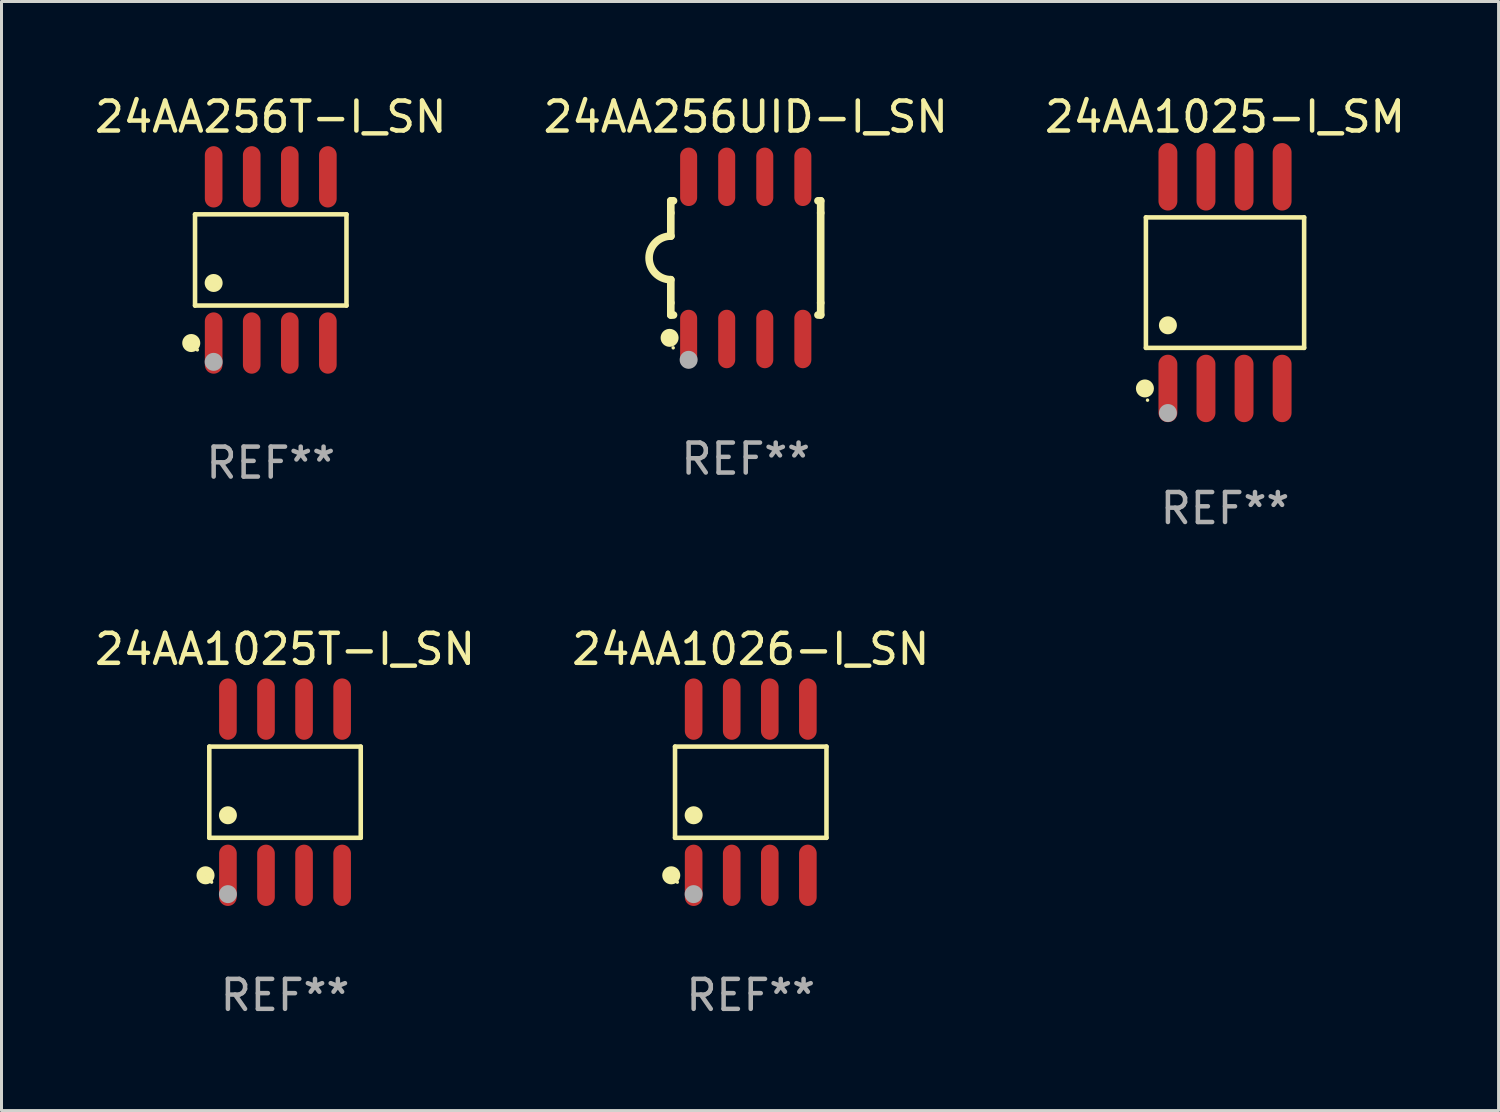
<source format=kicad_pcb>
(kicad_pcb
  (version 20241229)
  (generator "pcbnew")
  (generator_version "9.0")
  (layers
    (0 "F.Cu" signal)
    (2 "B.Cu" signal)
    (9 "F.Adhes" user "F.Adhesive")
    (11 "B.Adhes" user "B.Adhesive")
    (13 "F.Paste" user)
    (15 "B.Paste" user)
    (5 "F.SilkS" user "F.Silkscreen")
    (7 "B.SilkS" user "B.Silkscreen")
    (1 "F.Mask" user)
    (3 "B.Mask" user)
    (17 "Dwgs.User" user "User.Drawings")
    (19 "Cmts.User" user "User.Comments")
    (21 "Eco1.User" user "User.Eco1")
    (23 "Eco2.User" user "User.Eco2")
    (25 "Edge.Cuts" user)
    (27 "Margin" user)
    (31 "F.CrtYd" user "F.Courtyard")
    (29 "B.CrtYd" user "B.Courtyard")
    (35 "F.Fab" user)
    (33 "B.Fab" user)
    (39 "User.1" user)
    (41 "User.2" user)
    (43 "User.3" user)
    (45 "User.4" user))
  (footprint "24AA1025-I_SM"
    (layer "F.Cu")
    (at 37.815 6.378)
    (property "Reference" "24AA1025-I_SM" (at 0 -5.53 0) (layer "F.SilkS") (effects (font (size 1 1) (thickness 0.15))))
    (attr through_hole)
    (fp_line (start -2.639 -2.176) (end 2.639 -2.176) (stroke (width 0.152) (type solid)) (layer "F.SilkS"))
    (fp_line (start -2.639 2.176) (end -2.639 -2.176) (stroke (width 0.152) (type solid)) (layer "F.SilkS"))
    (fp_line (start 2.639 -2.176) (end 2.639 2.176) (stroke (width 0.152) (type solid)) (layer "F.SilkS"))
    (fp_line (start 2.639 2.176) (end -2.639 2.176) (stroke (width 0.152) (type solid)) (layer "F.SilkS"))
    (fp_circle (center -2.672 3.53) (end -2.522 3.53) (stroke (width 0.3) (type solid)) (fill no) (layer "F.SilkS"))
    (fp_circle (center -2.585 3.92) (end -2.555 3.92) (stroke (width 0.06) (type solid)) (fill no) (layer "F.SilkS"))
    (fp_circle (center -1.905 1.424) (end -1.755 1.424) (stroke (width 0.3) (type solid)) (fill no) (layer "F.SilkS"))
    (fp_circle (center -1.905 4.35) (end -1.755 4.35) (stroke (width 0.3) (type solid)) (fill no) (layer "F.Fab"))
    (fp_text user "REF**" (at 0 7.53 0) (layer "F.Fab") (effects (font (size 1 1) (thickness 0.15))))
    (pad "1" smd oval (at -1.905 3.53) (size 0.63 2.25) (layers "F.Cu" "F.Mask" "F.Paste"))
    (pad "2" smd oval (at -0.635 3.53) (size 0.63 2.25) (layers "F.Cu" "F.Mask" "F.Paste"))
    (pad "3" smd oval (at 0.635 3.53) (size 0.63 2.25) (layers "F.Cu" "F.Mask" "F.Paste"))
    (pad "4" smd oval (at 1.905 3.53) (size 0.63 2.25) (layers "F.Cu" "F.Mask" "F.Paste"))
    (pad "5" smd oval (at 1.905 -3.53) (size 0.63 2.25) (layers "F.Cu" "F.Mask" "F.Paste"))
    (pad "6" smd oval (at 0.635 -3.53) (size 0.63 2.25) (layers "F.Cu" "F.Mask" "F.Paste"))
    (pad "7" smd oval (at -0.635 -3.53) (size 0.63 2.25) (layers "F.Cu" "F.Mask" "F.Paste"))
    (pad "8" smd oval (at -1.905 -3.53) (size 0.63 2.25) (layers "F.Cu" "F.Mask" "F.Paste")))
  (footprint "24AA1025T-I_SN"
    (layer "F.Cu")
    (at 6.458 23.377)
    (property "Reference" "24AA1025T-I_SN" (at 0 -4.772 0) (layer "F.SilkS") (effects (font (size 1 1) (thickness 0.15))))
    (attr through_hole)
    (fp_line (start -2.526 -1.521) (end 2.526 -1.521) (stroke (width 0.152) (type solid)) (layer "F.SilkS"))
    (fp_line (start -2.526 1.521) (end -2.526 -1.521) (stroke (width 0.152) (type solid)) (layer "F.SilkS"))
    (fp_line (start 2.526 -1.521) (end 2.526 1.521) (stroke (width 0.152) (type solid)) (layer "F.SilkS"))
    (fp_line (start 2.526 1.521) (end -2.526 1.521) (stroke (width 0.152) (type solid)) (layer "F.SilkS"))
    (fp_circle (center -2.652 2.772) (end -2.501 2.772) (stroke (width 0.3) (type solid)) (fill no) (layer "F.SilkS"))
    (fp_circle (center -2.45 3) (end -2.42 3) (stroke (width 0.06) (type solid)) (fill no) (layer "F.SilkS"))
    (fp_circle (center -1.905 0.769) (end -1.755 0.769) (stroke (width 0.3) (type solid)) (fill no) (layer "F.SilkS"))
    (fp_circle (center -1.905 3.4) (end -1.755 3.4) (stroke (width 0.3) (type solid)) (fill no) (layer "F.Fab"))
    (fp_text user "REF**" (at 0 6.772 0) (layer "F.Fab") (effects (font (size 1 1) (thickness 0.15))))
    (pad "1" smd oval (at -1.905 2.772) (size 0.588 2.045) (layers "F.Cu" "F.Mask" "F.Paste"))
    (pad "2" smd oval (at -0.635 2.772) (size 0.588 2.045) (layers "F.Cu" "F.Mask" "F.Paste"))
    (pad "3" smd oval (at 0.635 2.772) (size 0.588 2.045) (layers "F.Cu" "F.Mask" "F.Paste"))
    (pad "4" smd oval (at 1.905 2.772) (size 0.588 2.045) (layers "F.Cu" "F.Mask" "F.Paste"))
    (pad "5" smd oval (at 1.905 -2.772) (size 0.588 2.045) (layers "F.Cu" "F.Mask" "F.Paste"))
    (pad "6" smd oval (at 0.635 -2.772) (size 0.588 2.045) (layers "F.Cu" "F.Mask" "F.Paste"))
    (pad "7" smd oval (at -0.635 -2.772) (size 0.588 2.045) (layers "F.Cu" "F.Mask" "F.Paste"))
    (pad "8" smd oval (at -1.905 -2.772) (size 0.588 2.045) (layers "F.Cu" "F.Mask" "F.Paste")))
  (footprint "24AA256T-I_SN"
    (layer "F.Cu")
    (at 5.982 5.621)
    (property "Reference" "24AA256T-I_SN" (at 0 -4.772 0) (layer "F.SilkS") (effects (font (size 1 1) (thickness 0.15))))
    (attr through_hole)
    (fp_line (start -2.526 -1.521) (end 2.526 -1.521) (stroke (width 0.152) (type solid)) (layer "F.SilkS"))
    (fp_line (start -2.526 1.521) (end -2.526 -1.521) (stroke (width 0.152) (type solid)) (layer "F.SilkS"))
    (fp_line (start 2.526 -1.521) (end 2.526 1.521) (stroke (width 0.152) (type solid)) (layer "F.SilkS"))
    (fp_line (start 2.526 1.521) (end -2.526 1.521) (stroke (width 0.152) (type solid)) (layer "F.SilkS"))
    (fp_circle (center -2.652 2.772) (end -2.501 2.772) (stroke (width 0.3) (type solid)) (fill no) (layer "F.SilkS"))
    (fp_circle (center -2.45 3) (end -2.42 3) (stroke (width 0.06) (type solid)) (fill no) (layer "F.SilkS"))
    (fp_circle (center -1.905 0.769) (end -1.755 0.769) (stroke (width 0.3) (type solid)) (fill no) (layer "F.SilkS"))
    (fp_circle (center -1.905 3.4) (end -1.755 3.4) (stroke (width 0.3) (type solid)) (fill no) (layer "F.Fab"))
    (fp_text user "REF**" (at 0 6.772 0) (layer "F.Fab") (effects (font (size 1 1) (thickness 0.15))))
    (pad "1" smd oval (at -1.905 2.772) (size 0.588 2.045) (layers "F.Cu" "F.Mask" "F.Paste"))
    (pad "2" smd oval (at -0.635 2.772) (size 0.588 2.045) (layers "F.Cu" "F.Mask" "F.Paste"))
    (pad "3" smd oval (at 0.635 2.772) (size 0.588 2.045) (layers "F.Cu" "F.Mask" "F.Paste"))
    (pad "4" smd oval (at 1.905 2.772) (size 0.588 2.045) (layers "F.Cu" "F.Mask" "F.Paste"))
    (pad "5" smd oval (at 1.905 -2.772) (size 0.588 2.045) (layers "F.Cu" "F.Mask" "F.Paste"))
    (pad "6" smd oval (at 0.635 -2.772) (size 0.588 2.045) (layers "F.Cu" "F.Mask" "F.Paste"))
    (pad "7" smd oval (at -0.635 -2.772) (size 0.588 2.045) (layers "F.Cu" "F.Mask" "F.Paste"))
    (pad "8" smd oval (at -1.905 -2.772) (size 0.588 2.045) (layers "F.Cu" "F.Mask" "F.Paste")))
  (footprint "24AA1026-I_SN"
    (layer "F.Cu")
    (at 21.994 23.377)
    (property "Reference" "24AA1026-I_SN" (at 0 -4.772 0) (layer "F.SilkS") (effects (font (size 1 1) (thickness 0.15))))
    (attr through_hole)
    (fp_line (start -2.526 -1.521) (end 2.526 -1.521) (stroke (width 0.152) (type solid)) (layer "F.SilkS"))
    (fp_line (start -2.526 1.521) (end -2.526 -1.521) (stroke (width 0.152) (type solid)) (layer "F.SilkS"))
    (fp_line (start 2.526 -1.521) (end 2.526 1.521) (stroke (width 0.152) (type solid)) (layer "F.SilkS"))
    (fp_line (start 2.526 1.521) (end -2.526 1.521) (stroke (width 0.152) (type solid)) (layer "F.SilkS"))
    (fp_circle (center -2.652 2.772) (end -2.501 2.772) (stroke (width 0.3) (type solid)) (fill no) (layer "F.SilkS"))
    (fp_circle (center -2.45 3) (end -2.42 3) (stroke (width 0.06) (type solid)) (fill no) (layer "F.SilkS"))
    (fp_circle (center -1.905 0.769) (end -1.755 0.769) (stroke (width 0.3) (type solid)) (fill no) (layer "F.SilkS"))
    (fp_circle (center -1.905 3.4) (end -1.755 3.4) (stroke (width 0.3) (type solid)) (fill no) (layer "F.Fab"))
    (fp_text user "REF**" (at 0 6.772 0) (layer "F.Fab") (effects (font (size 1 1) (thickness 0.15))))
    (pad "1" smd oval (at -1.905 2.772) (size 0.588 2.045) (layers "F.Cu" "F.Mask" "F.Paste"))
    (pad "2" smd oval (at -0.635 2.772) (size 0.588 2.045) (layers "F.Cu" "F.Mask" "F.Paste"))
    (pad "3" smd oval (at 0.635 2.772) (size 0.588 2.045) (layers "F.Cu" "F.Mask" "F.Paste"))
    (pad "4" smd oval (at 1.905 2.772) (size 0.588 2.045) (layers "F.Cu" "F.Mask" "F.Paste"))
    (pad "5" smd oval (at 1.905 -2.772) (size 0.588 2.045) (layers "F.Cu" "F.Mask" "F.Paste"))
    (pad "6" smd oval (at 0.635 -2.772) (size 0.588 2.045) (layers "F.Cu" "F.Mask" "F.Paste"))
    (pad "7" smd oval (at -0.635 -2.772) (size 0.588 2.045) (layers "F.Cu" "F.Mask" "F.Paste"))
    (pad "8" smd oval (at -1.905 -2.772) (size 0.588 2.045) (layers "F.Cu" "F.Mask" "F.Paste")))
  (footprint "24AA256UID-I_SN"
    (layer "F.Cu")
    (at 21.827 5.553)
    (property "Reference" "24AA256UID-I_SN" (at 0 -4.705 0) (layer "F.SilkS") (effects (font (size 1 1) (thickness 0.15))))
    (attr through_hole)
    (fp_line (start -2.5 -1.905) (end -2.409 -1.905) (stroke (width 0.254) (type solid)) (layer "F.SilkS"))
    (fp_line (start -2.5 -1.5) (end -2.5 -1.905) (stroke (width 0.254) (type solid)) (layer "F.SilkS"))
    (fp_line (start -2.5 -1.5) (end -2.5 -0.726) (stroke (width 0.254) (type solid)) (layer "F.SilkS"))
    (fp_line (start -2.5 1.5) (end -2.5 0.727) (stroke (width 0.254) (type solid)) (layer "F.SilkS"))
    (fp_line (start -2.5 1.5) (end -2.5 1.905) (stroke (width 0.254) (type solid)) (layer "F.SilkS"))
    (fp_line (start -2.5 1.905) (end -2.409 1.905) (stroke (width 0.254) (type solid)) (layer "F.SilkS"))
    (fp_line (start 2.5 -1.905) (end 2.409 -1.905) (stroke (width 0.254) (type solid)) (layer "F.SilkS"))
    (fp_line (start 2.5 -1.5) (end 2.5 -1.905) (stroke (width 0.254) (type solid)) (layer "F.SilkS"))
    (fp_line (start 2.5 -1.5) (end 2.5 1.5) (stroke (width 0.254) (type solid)) (layer "F.SilkS"))
    (fp_line (start 2.5 1.5) (end 2.5 1.905) (stroke (width 0.254) (type solid)) (layer "F.SilkS"))
    (fp_line (start 2.5 1.905) (end 2.409 1.905) (stroke (width 0.254) (type solid)) (layer "F.SilkS"))
    (fp_arc (start -2.5 0.726568) (mid -3.220316 -0.0023) (end -2.495097 -0.726289) (stroke (width 0.254001) (type solid)) (layer "F.SilkS"))
    (fp_circle (center -2.54 2.667) (end -2.39 2.667) (stroke (width 0.3) (type solid)) (fill no) (layer "F.SilkS"))
    (fp_circle (center -2.42 3) (end -2.39 3) (stroke (width 0.06) (type solid)) (fill no) (layer "F.SilkS"))
    (fp_circle (center -1.905 3.4) (end -1.755 3.4) (stroke (width 0.3) (type solid)) (fill no) (layer "F.Fab"))
    (fp_text user "REF**" (at 0 6.705 0) (layer "F.Fab") (effects (font (size 1 1) (thickness 0.15))))
    (pad "1" smd oval (at -1.905 2.705) (size 0.568 1.95) (layers "F.Cu" "F.Mask" "F.Paste"))
    (pad "2" smd oval (at -0.635 2.705) (size 0.568 1.95) (layers "F.Cu" "F.Mask" "F.Paste"))
    (pad "3" smd oval (at 0.635 2.705) (size 0.568 1.95) (layers "F.Cu" "F.Mask" "F.Paste"))
    (pad "4" smd oval (at 1.905 2.705) (size 0.568 1.95) (layers "F.Cu" "F.Mask" "F.Paste"))
    (pad "5" smd oval (at 1.905 -2.705) (size 0.568 1.95) (layers "F.Cu" "F.Mask" "F.Paste"))
    (pad "6" smd oval (at 0.635 -2.705) (size 0.568 1.95) (layers "F.Cu" "F.Mask" "F.Paste"))
    (pad "7" smd oval (at -0.635 -2.705) (size 0.568 1.95) (layers "F.Cu" "F.Mask" "F.Paste"))
    (pad "8" smd oval (at -1.905 -2.705) (size 0.568 1.95) (layers "F.Cu" "F.Mask" "F.Paste")))
  (gr_rect
    (start -3 -3)
    (end 46.94 33.998)
    (stroke (width 0.1) (type default))
    (fill no)
    (layer "Edge.Cuts")))
</source>
